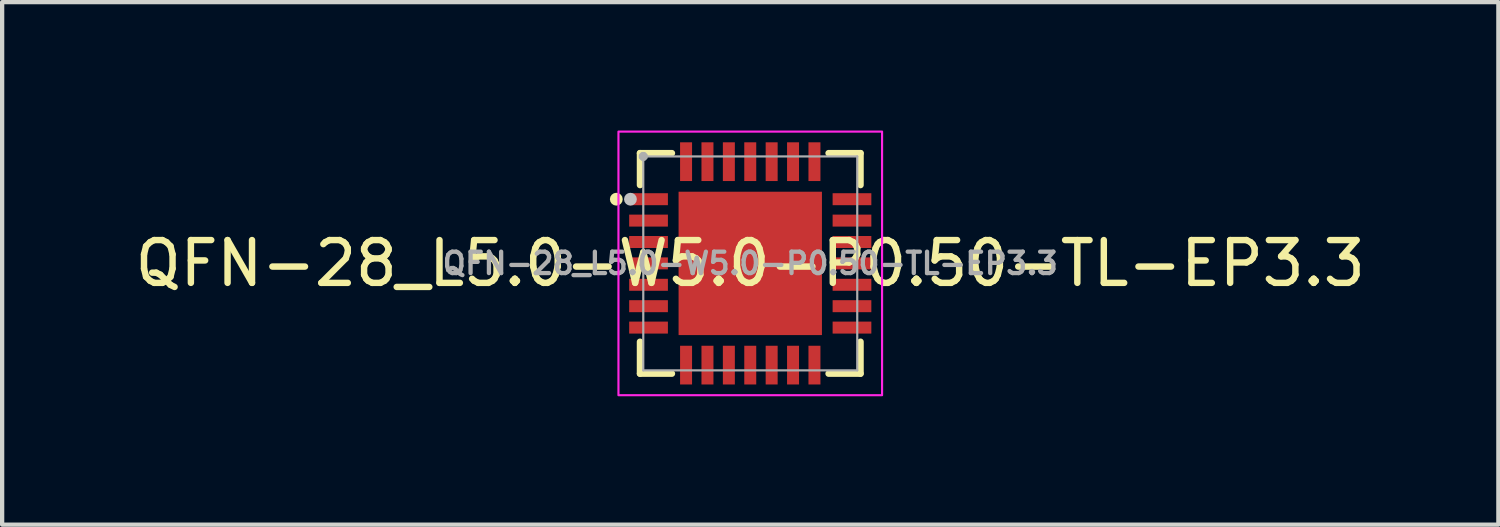
<source format=kicad_pcb>
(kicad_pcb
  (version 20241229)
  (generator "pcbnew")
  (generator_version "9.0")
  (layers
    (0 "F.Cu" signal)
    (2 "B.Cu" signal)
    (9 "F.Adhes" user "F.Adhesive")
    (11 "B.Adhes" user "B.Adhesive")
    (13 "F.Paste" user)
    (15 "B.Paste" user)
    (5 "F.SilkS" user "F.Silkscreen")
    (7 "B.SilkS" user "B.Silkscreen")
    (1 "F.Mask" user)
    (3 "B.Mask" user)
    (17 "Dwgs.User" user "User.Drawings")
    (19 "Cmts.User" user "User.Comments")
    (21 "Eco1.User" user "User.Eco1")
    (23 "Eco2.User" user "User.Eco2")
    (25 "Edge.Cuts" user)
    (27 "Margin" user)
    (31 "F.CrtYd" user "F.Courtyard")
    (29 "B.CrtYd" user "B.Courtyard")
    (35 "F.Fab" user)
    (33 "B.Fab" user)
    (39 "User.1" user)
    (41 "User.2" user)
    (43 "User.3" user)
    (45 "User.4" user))
  (footprint "QFN-28_L5.0-W5.0-P0.50-TL-EP3.3"
    (layer "F.Cu")
    (at 14.482 3.105)
    (property "Reference" "QFN-28_L5.0-W5.0-P0.50-TL-EP3.3" (at 0 0 0) (layer "F.SilkS") (effects (font (size 1 1) (thickness 0.15))))
    (fp_line (start -2.576 -2.576) (end -2.576 -1.831) (stroke (width 0.152) (type default)) (layer "F.SilkS"))
    (fp_line (start -2.576 2.576) (end -2.576 1.831) (stroke (width 0.152) (type default)) (layer "F.SilkS"))
    (fp_line (start -1.831 -2.576) (end -2.576 -2.576) (stroke (width 0.152) (type default)) (layer "F.SilkS"))
    (fp_line (start -1.831 2.576) (end -2.576 2.576) (stroke (width 0.152) (type default)) (layer "F.SilkS"))
    (fp_line (start 1.831 -2.576) (end 2.576 -2.576) (stroke (width 0.152) (type default)) (layer "F.SilkS"))
    (fp_line (start 1.831 2.576) (end 2.576 2.576) (stroke (width 0.152) (type default)) (layer "F.SilkS"))
    (fp_line (start 2.576 -2.576) (end 2.576 -1.831) (stroke (width 0.152) (type default)) (layer "F.SilkS"))
    (fp_line (start 2.576 2.576) (end 2.576 1.831) (stroke (width 0.152) (type default)) (layer "F.SilkS"))
    (fp_circle (center -3.13 -1.5) (end -3.055 -1.5) (stroke (width 0.15) (type default)) (fill no) (layer "F.SilkS"))
    (fp_poly (pts (xy -2.83 -1.64) (xy -1.925 -1.64) (xy -1.925 -1.36) (xy -2.83 -1.36)) (stroke (width 0) (type default)) (fill yes) (layer "F.Paste"))
    (fp_poly (pts (xy -2.83 -1.14) (xy -1.925 -1.14) (xy -1.925 -0.86) (xy -2.83 -0.86)) (stroke (width 0) (type default)) (fill yes) (layer "F.Paste"))
    (fp_poly (pts (xy -2.83 -0.64) (xy -1.925 -0.64) (xy -1.925 -0.36) (xy -2.83 -0.36)) (stroke (width 0) (type default)) (fill yes) (layer "F.Paste"))
    (fp_poly (pts (xy -2.83 -0.14) (xy -1.925 -0.14) (xy -1.925 0.14) (xy -2.83 0.14)) (stroke (width 0) (type default)) (fill yes) (layer "F.Paste"))
    (fp_poly (pts (xy -2.83 0.36) (xy -1.925 0.36) (xy -1.925 0.64) (xy -2.83 0.64)) (stroke (width 0) (type default)) (fill yes) (layer "F.Paste"))
    (fp_poly (pts (xy -2.83 0.86) (xy -1.925 0.86) (xy -1.925 1.14) (xy -2.83 1.14)) (stroke (width 0) (type default)) (fill yes) (layer "F.Paste"))
    (fp_poly (pts (xy -2.83 1.36) (xy -1.925 1.36) (xy -1.925 1.64) (xy -2.83 1.64)) (stroke (width 0) (type default)) (fill yes) (layer "F.Paste"))
    (fp_poly (pts (xy -1.64 -2.83) (xy -1.36 -2.83) (xy -1.36 -1.925) (xy -1.64 -1.925)) (stroke (width 0) (type default)) (fill yes) (layer "F.Paste"))
    (fp_poly (pts (xy -1.64 1.925) (xy -1.36 1.925) (xy -1.36 2.83) (xy -1.64 2.83)) (stroke (width 0) (type default)) (fill yes) (layer "F.Paste"))
    (fp_poly (pts (xy -1.35 -1.35) (xy 1.35 -1.35) (xy 1.35 1.35) (xy -1.35 1.35)) (stroke (width 0) (type default)) (fill yes) (layer "F.Paste"))
    (fp_poly (pts (xy -1.14 -2.83) (xy -0.86 -2.83) (xy -0.86 -1.925) (xy -1.14 -1.925)) (stroke (width 0) (type default)) (fill yes) (layer "F.Paste"))
    (fp_poly (pts (xy -1.14 1.925) (xy -0.86 1.925) (xy -0.86 2.83) (xy -1.14 2.83)) (stroke (width 0) (type default)) (fill yes) (layer "F.Paste"))
    (fp_poly (pts (xy -0.64 -2.83) (xy -0.36 -2.83) (xy -0.36 -1.925) (xy -0.64 -1.925)) (stroke (width 0) (type default)) (fill yes) (layer "F.Paste"))
    (fp_poly (pts (xy -0.64 1.925) (xy -0.36 1.925) (xy -0.36 2.83) (xy -0.64 2.83)) (stroke (width 0) (type default)) (fill yes) (layer "F.Paste"))
    (fp_poly (pts (xy -0.14 -2.83) (xy 0.14 -2.83) (xy 0.14 -1.925) (xy -0.14 -1.925)) (stroke (width 0) (type default)) (fill yes) (layer "F.Paste"))
    (fp_poly (pts (xy -0.14 1.925) (xy 0.14 1.925) (xy 0.14 2.83) (xy -0.14 2.83)) (stroke (width 0) (type default)) (fill yes) (layer "F.Paste"))
    (fp_poly (pts (xy 0.36 -2.83) (xy 0.64 -2.83) (xy 0.64 -1.925) (xy 0.36 -1.925)) (stroke (width 0) (type default)) (fill yes) (layer "F.Paste"))
    (fp_poly (pts (xy 0.36 1.925) (xy 0.64 1.925) (xy 0.64 2.83) (xy 0.36 2.83)) (stroke (width 0) (type default)) (fill yes) (layer "F.Paste"))
    (fp_poly (pts (xy 0.86 -2.83) (xy 1.14 -2.83) (xy 1.14 -1.925) (xy 0.86 -1.925)) (stroke (width 0) (type default)) (fill yes) (layer "F.Paste"))
    (fp_poly (pts (xy 0.86 1.925) (xy 1.14 1.925) (xy 1.14 2.83) (xy 0.86 2.83)) (stroke (width 0) (type default)) (fill yes) (layer "F.Paste"))
    (fp_poly (pts (xy 1.36 -2.83) (xy 1.64 -2.83) (xy 1.64 -1.925) (xy 1.36 -1.925)) (stroke (width 0) (type default)) (fill yes) (layer "F.Paste"))
    (fp_poly (pts (xy 1.36 1.925) (xy 1.64 1.925) (xy 1.64 2.83) (xy 1.36 2.83)) (stroke (width 0) (type default)) (fill yes) (layer "F.Paste"))
    (fp_poly (pts (xy 1.925 -1.64) (xy 2.83 -1.64) (xy 2.83 -1.36) (xy 1.925 -1.36)) (stroke (width 0) (type default)) (fill yes) (layer "F.Paste"))
    (fp_poly (pts (xy 1.925 -1.14) (xy 2.83 -1.14) (xy 2.83 -0.86) (xy 1.925 -0.86)) (stroke (width 0) (type default)) (fill yes) (layer "F.Paste"))
    (fp_poly (pts (xy 1.925 -0.64) (xy 2.83 -0.64) (xy 2.83 -0.36) (xy 1.925 -0.36)) (stroke (width 0) (type default)) (fill yes) (layer "F.Paste"))
    (fp_poly (pts (xy 1.925 -0.14) (xy 2.83 -0.14) (xy 2.83 0.14) (xy 1.925 0.14)) (stroke (width 0) (type default)) (fill yes) (layer "F.Paste"))
    (fp_poly (pts (xy 1.925 0.36) (xy 2.83 0.36) (xy 2.83 0.64) (xy 1.925 0.64)) (stroke (width 0) (type default)) (fill yes) (layer "F.Paste"))
    (fp_poly (pts (xy 1.925 0.86) (xy 2.83 0.86) (xy 2.83 1.14) (xy 1.925 1.14)) (stroke (width 0) (type default)) (fill yes) (layer "F.Paste"))
    (fp_poly (pts (xy 1.925 1.36) (xy 2.83 1.36) (xy 2.83 1.64) (xy 1.925 1.64)) (stroke (width 0) (type default)) (fill yes) (layer "F.Paste"))
    (fp_circle (center -2.8 -1.5) (end -2.725 -1.5) (stroke (width 0.15) (type default)) (fill no) (layer "Dwgs.User"))
    (fp_rect (start -3.08 -3.08) (end 3.08 3.08) (stroke (width 0.05) (type default)) (fill no) (layer "F.CrtYd"))
    (fp_line (start -2.5 -2.5) (end 2.5 -2.5) (stroke (width 0.051) (type default)) (layer "F.Fab"))
    (fp_line (start -2.5 2.5) (end -2.5 -2.5) (stroke (width 0.051) (type default)) (layer "F.Fab"))
    (fp_line (start 2.5 -2.5) (end 2.5 2.5) (stroke (width 0.051) (type default)) (layer "F.Fab"))
    (fp_line (start 2.5 2.5) (end -2.5 2.5) (stroke (width 0.051) (type default)) (layer "F.Fab"))
    (fp_poly (pts (xy -2.445 -2.523) (xy -2.477 -2.555) (xy -2.523 -2.555) (xy -2.555 -2.523) (xy -2.555 -2.477) (xy -2.523 -2.445) (xy -2.477 -2.445) (xy -2.445 -2.477)) (stroke (width 0.1) (type default)) (fill no) (layer "F.Fab"))
    (fp_poly (pts (xy -2.5 -1.62) (xy -1.95 -1.62) (xy -1.95 -1.38) (xy -2.5 -1.38)) (stroke (width 0.1) (type default)) (fill no) (layer "User.1"))
    (fp_poly (pts (xy -2.5 -1.12) (xy -1.95 -1.12) (xy -1.95 -0.88) (xy -2.5 -0.88)) (stroke (width 0.1) (type default)) (fill no) (layer "User.1"))
    (fp_poly (pts (xy -2.5 -0.62) (xy -1.95 -0.62) (xy -1.95 -0.38) (xy -2.5 -0.38)) (stroke (width 0.1) (type default)) (fill no) (layer "User.1"))
    (fp_poly (pts (xy -2.5 -0.12) (xy -1.95 -0.12) (xy -1.95 0.12) (xy -2.5 0.12)) (stroke (width 0.1) (type default)) (fill no) (layer "User.1"))
    (fp_poly (pts (xy -2.5 0.38) (xy -1.95 0.38) (xy -1.95 0.62) (xy -2.5 0.62)) (stroke (width 0.1) (type default)) (fill no) (layer "User.1"))
    (fp_poly (pts (xy -2.5 0.88) (xy -1.95 0.88) (xy -1.95 1.12) (xy -2.5 1.12)) (stroke (width 0.1) (type default)) (fill no) (layer "User.1"))
    (fp_poly (pts (xy -2.5 1.38) (xy -1.95 1.38) (xy -1.95 1.62) (xy -2.5 1.62)) (stroke (width 0.1) (type default)) (fill no) (layer "User.1"))
    (fp_poly (pts (xy -1.625 -1.625) (xy 1.625 -1.625) (xy 1.625 1.625) (xy -1.625 1.625)) (stroke (width 0.1) (type default)) (fill no) (layer "User.1"))
    (fp_poly (pts (xy -1.62 -1.95) (xy -1.38 -1.95) (xy -1.38 -2.5) (xy -1.62 -2.5)) (stroke (width 0.1) (type default)) (fill no) (layer "User.1"))
    (fp_poly (pts (xy -1.62 1.95) (xy -1.38 1.95) (xy -1.38 2.5) (xy -1.62 2.5)) (stroke (width 0.1) (type default)) (fill no) (layer "User.1"))
    (fp_poly (pts (xy -1.12 -1.95) (xy -0.88 -1.95) (xy -0.88 -2.5) (xy -1.12 -2.5)) (stroke (width 0.1) (type default)) (fill no) (layer "User.1"))
    (fp_poly (pts (xy -1.12 1.95) (xy -0.88 1.95) (xy -0.88 2.5) (xy -1.12 2.5)) (stroke (width 0.1) (type default)) (fill no) (layer "User.1"))
    (fp_poly (pts (xy -0.62 -1.95) (xy -0.38 -1.95) (xy -0.38 -2.5) (xy -0.62 -2.5)) (stroke (width 0.1) (type default)) (fill no) (layer "User.1"))
    (fp_poly (pts (xy -0.62 1.95) (xy -0.38 1.95) (xy -0.38 2.5) (xy -0.62 2.5)) (stroke (width 0.1) (type default)) (fill no) (layer "User.1"))
    (fp_poly (pts (xy -0.12 -1.95) (xy 0.12 -1.95) (xy 0.12 -2.5) (xy -0.12 -2.5)) (stroke (width 0.1) (type default)) (fill no) (layer "User.1"))
    (fp_poly (pts (xy -0.12 1.95) (xy 0.12 1.95) (xy 0.12 2.5) (xy -0.12 2.5)) (stroke (width 0.1) (type default)) (fill no) (layer "User.1"))
    (fp_poly (pts (xy 0.38 -1.95) (xy 0.62 -1.95) (xy 0.62 -2.5) (xy 0.38 -2.5)) (stroke (width 0.1) (type default)) (fill no) (layer "User.1"))
    (fp_poly (pts (xy 0.38 1.95) (xy 0.62 1.95) (xy 0.62 2.5) (xy 0.38 2.5)) (stroke (width 0.1) (type default)) (fill no) (layer "User.1"))
    (fp_poly (pts (xy 0.88 -1.95) (xy 1.12 -1.95) (xy 1.12 -2.5) (xy 0.88 -2.5)) (stroke (width 0.1) (type default)) (fill no) (layer "User.1"))
    (fp_poly (pts (xy 0.88 1.95) (xy 1.12 1.95) (xy 1.12 2.5) (xy 0.88 2.5)) (stroke (width 0.1) (type default)) (fill no) (layer "User.1"))
    (fp_poly (pts (xy 1.38 -1.95) (xy 1.62 -1.95) (xy 1.62 -2.5) (xy 1.38 -2.5)) (stroke (width 0.1) (type default)) (fill no) (layer "User.1"))
    (fp_poly (pts (xy 1.38 1.95) (xy 1.62 1.95) (xy 1.62 2.5) (xy 1.38 2.5)) (stroke (width 0.1) (type default)) (fill no) (layer "User.1"))
    (fp_poly (pts (xy 2.5 -1.62) (xy 1.95 -1.62) (xy 1.95 -1.38) (xy 2.5 -1.38)) (stroke (width 0.1) (type default)) (fill no) (layer "User.1"))
    (fp_poly (pts (xy 2.5 -1.12) (xy 1.95 -1.12) (xy 1.95 -0.88) (xy 2.5 -0.88)) (stroke (width 0.1) (type default)) (fill no) (layer "User.1"))
    (fp_poly (pts (xy 2.5 -0.62) (xy 1.95 -0.62) (xy 1.95 -0.38) (xy 2.5 -0.38)) (stroke (width 0.1) (type default)) (fill no) (layer "User.1"))
    (fp_poly (pts (xy 2.5 -0.12) (xy 1.95 -0.12) (xy 1.95 0.12) (xy 2.5 0.12)) (stroke (width 0.1) (type default)) (fill no) (layer "User.1"))
    (fp_poly (pts (xy 2.5 0.38) (xy 1.95 0.38) (xy 1.95 0.62) (xy 2.5 0.62)) (stroke (width 0.1) (type default)) (fill no) (layer "User.1"))
    (fp_poly (pts (xy 2.5 0.88) (xy 1.95 0.88) (xy 1.95 1.12) (xy 2.5 1.12)) (stroke (width 0.1) (type default)) (fill no) (layer "User.1"))
    (fp_poly (pts (xy 2.5 1.38) (xy 1.95 1.38) (xy 1.95 1.62) (xy 2.5 1.62)) (stroke (width 0.1) (type default)) (fill no) (layer "User.1"))
    (fp_text user "${REFERENCE}" (at 0 0 0) (layer "F.Fab") (effects (font (size 0.5 0.5) (thickness 0.1))))
    (pad "1" smd rect (at -2.377 -1.5) (size 0.905 0.28) (layers "F.Cu" "F.Mask" "F.Paste"))
    (pad "2" smd rect (at -2.377 -1) (size 0.905 0.28) (layers "F.Cu" "F.Mask" "F.Paste"))
    (pad "3" smd rect (at -2.377 -0.5) (size 0.905 0.28) (layers "F.Cu" "F.Mask" "F.Paste"))
    (pad "4" smd rect (at -2.377 0) (size 0.905 0.28) (layers "F.Cu" "F.Mask" "F.Paste"))
    (pad "5" smd rect (at -2.377 0.5) (size 0.905 0.28) (layers "F.Cu" "F.Mask" "F.Paste"))
    (pad "6" smd rect (at -2.377 1) (size 0.905 0.28) (layers "F.Cu" "F.Mask" "F.Paste"))
    (pad "7" smd rect (at -2.377 1.5) (size 0.905 0.28) (layers "F.Cu" "F.Mask" "F.Paste"))
    (pad "8" smd rect (at -1.5 2.377) (size 0.28 0.905) (layers "F.Cu" "F.Mask" "F.Paste"))
    (pad "9" smd rect (at -1 2.377) (size 0.28 0.905) (layers "F.Cu" "F.Mask" "F.Paste"))
    (pad "10" smd rect (at -0.5 2.377) (size 0.28 0.905) (layers "F.Cu" "F.Mask" "F.Paste"))
    (pad "11" smd rect (at 0 2.377) (size 0.28 0.905) (layers "F.Cu" "F.Mask" "F.Paste"))
    (pad "12" smd rect (at 0.5 2.377) (size 0.28 0.905) (layers "F.Cu" "F.Mask" "F.Paste"))
    (pad "13" smd rect (at 1 2.377) (size 0.28 0.905) (layers "F.Cu" "F.Mask" "F.Paste"))
    (pad "14" smd rect (at 1.5 2.377) (size 0.28 0.905) (layers "F.Cu" "F.Mask" "F.Paste"))
    (pad "15" smd rect (at 2.377 1.5) (size 0.905 0.28) (layers "F.Cu" "F.Mask" "F.Paste"))
    (pad "16" smd rect (at 2.377 1) (size 0.905 0.28) (layers "F.Cu" "F.Mask" "F.Paste"))
    (pad "17" smd rect (at 2.377 0.5) (size 0.905 0.28) (layers "F.Cu" "F.Mask" "F.Paste"))
    (pad "18" smd rect (at 2.377 0) (size 0.905 0.28) (layers "F.Cu" "F.Mask" "F.Paste"))
    (pad "19" smd rect (at 2.377 -0.5) (size 0.905 0.28) (layers "F.Cu" "F.Mask" "F.Paste"))
    (pad "20" smd rect (at 2.377 -1) (size 0.905 0.28) (layers "F.Cu" "F.Mask" "F.Paste"))
    (pad "21" smd rect (at 2.377 -1.5) (size 0.905 0.28) (layers "F.Cu" "F.Mask" "F.Paste"))
    (pad "22" smd rect (at 1.5 -2.377) (size 0.28 0.905) (layers "F.Cu" "F.Mask" "F.Paste"))
    (pad "23" smd rect (at 1 -2.377) (size 0.28 0.905) (layers "F.Cu" "F.Mask" "F.Paste"))
    (pad "24" smd rect (at 0.5 -2.377) (size 0.28 0.905) (layers "F.Cu" "F.Mask" "F.Paste"))
    (pad "25" smd rect (at 0 -2.377) (size 0.28 0.905) (layers "F.Cu" "F.Mask" "F.Paste"))
    (pad "26" smd rect (at -0.5 -2.377) (size 0.28 0.905) (layers "F.Cu" "F.Mask" "F.Paste"))
    (pad "27" smd rect (at -1 -2.377) (size 0.28 0.905) (layers "F.Cu" "F.Mask" "F.Paste"))
    (pad "28" smd rect (at -1.5 -2.377) (size 0.28 0.905) (layers "F.Cu" "F.Mask" "F.Paste"))
    (pad "29" smd rect (at 0 0) (size 3.35 3.35) (layers "F.Cu" "F.Mask" "F.Paste")))
  (gr_rect
    (start -3 -3)
    (end 31.964 9.21)
    (stroke (width 0.1) (type default))
    (fill no)
    (layer "Edge.Cuts")))
</source>
